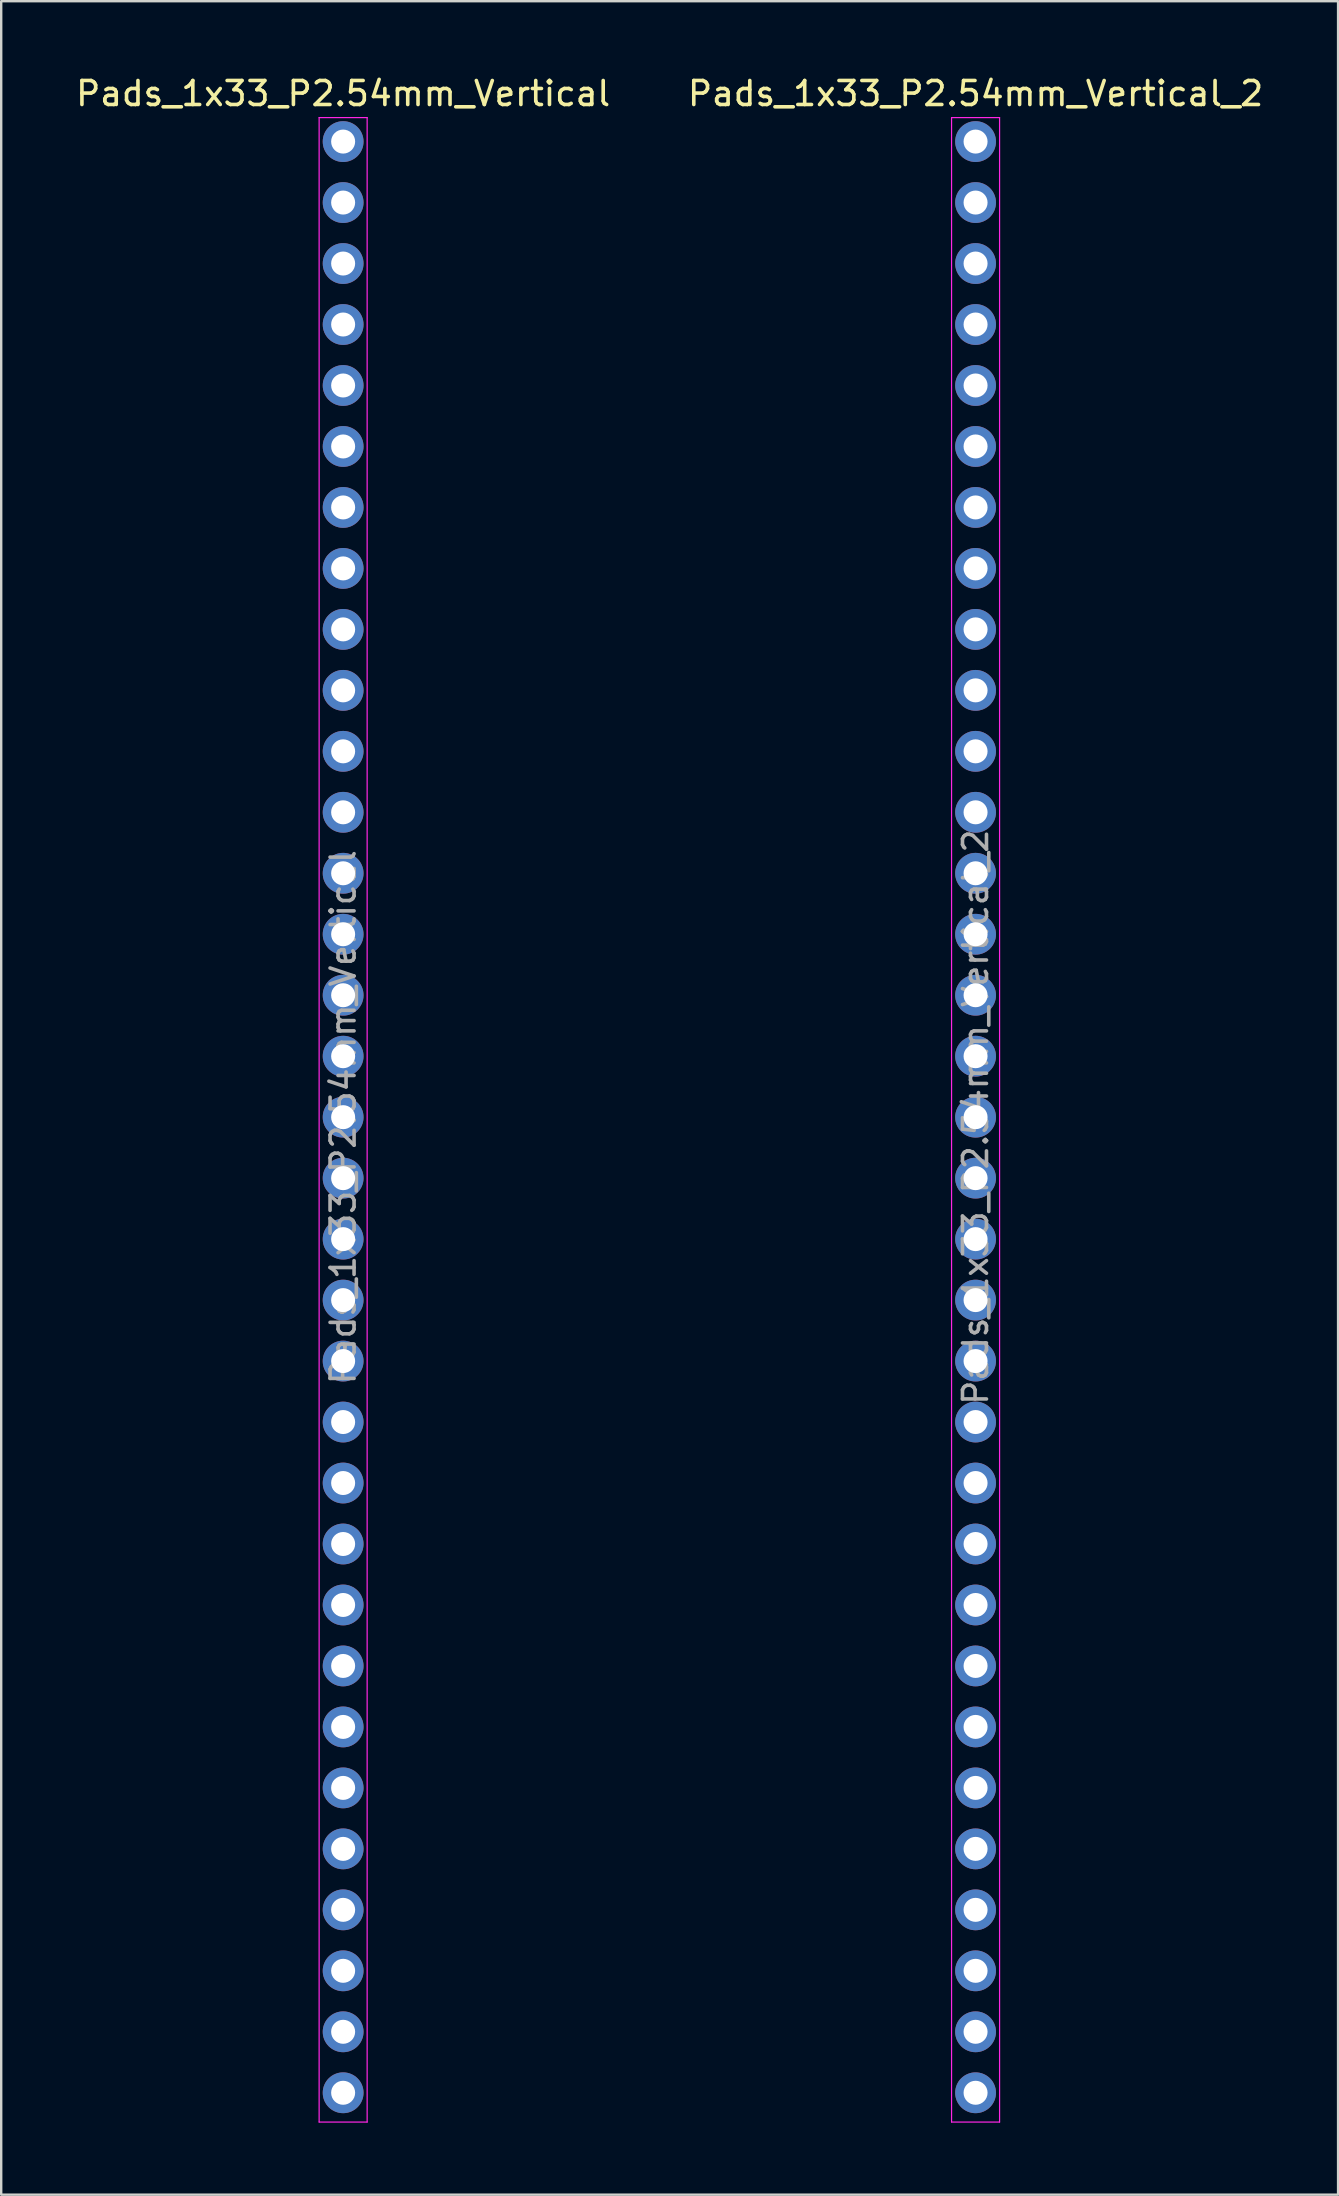
<source format=kicad_pcb>
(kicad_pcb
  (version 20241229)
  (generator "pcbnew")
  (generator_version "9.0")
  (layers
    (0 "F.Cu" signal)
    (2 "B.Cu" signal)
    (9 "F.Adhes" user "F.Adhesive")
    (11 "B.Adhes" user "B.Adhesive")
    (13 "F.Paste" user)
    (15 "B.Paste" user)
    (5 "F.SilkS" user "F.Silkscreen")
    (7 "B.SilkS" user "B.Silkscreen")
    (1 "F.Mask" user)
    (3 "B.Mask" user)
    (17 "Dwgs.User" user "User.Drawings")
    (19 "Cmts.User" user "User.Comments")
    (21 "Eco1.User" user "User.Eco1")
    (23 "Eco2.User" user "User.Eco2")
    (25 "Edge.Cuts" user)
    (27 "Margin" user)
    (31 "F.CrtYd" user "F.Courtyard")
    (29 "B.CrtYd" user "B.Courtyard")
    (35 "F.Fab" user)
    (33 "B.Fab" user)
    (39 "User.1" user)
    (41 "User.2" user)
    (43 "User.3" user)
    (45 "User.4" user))
  (footprint "Pads_1x33_P2.54mm_Vertical"
    (layer "F.Cu")
    (at 11.244 2.848)
    (property "Reference" "Pads_1x33_P2.54mm_Vertical" (at 0 -2 0) (layer "F.SilkS") (effects (font (size 1 1) (thickness 0.15))))
    (attr through_hole exclude_from_bom dnp)
    (fp_line (start -1 -1) (end 1 -1) (stroke (width 0.05) (type solid)) (layer "F.CrtYd"))
    (fp_line (start -1 82.5) (end -1 -1) (stroke (width 0.05) (type solid)) (layer "F.CrtYd"))
    (fp_line (start 1 -1) (end 1 82.5) (stroke (width 0.05) (type solid)) (layer "F.CrtYd"))
    (fp_line (start 1 82.5) (end -1 82.5) (stroke (width 0.05) (type solid)) (layer "F.CrtYd"))
    (fp_text user "${REFERENCE}" (at 0 40.64 270) (layer "F.Fab") (effects (font (size 1 1) (thickness 0.15))))
    (pad "1" thru_hole circle (at 0 0) (size 1.7 1.7) (drill 1) (layers "*.Cu" "*.Mask"))
    (pad "2" thru_hole circle (at 0 2.54) (size 1.7 1.7) (drill 1) (layers "*.Cu" "*.Mask"))
    (pad "3" thru_hole circle (at 0 5.08) (size 1.7 1.7) (drill 1) (layers "*.Cu" "*.Mask"))
    (pad "4" thru_hole circle (at 0 7.62) (size 1.7 1.7) (drill 1) (layers "*.Cu" "*.Mask"))
    (pad "5" thru_hole circle (at 0 10.16) (size 1.7 1.7) (drill 1) (layers "*.Cu" "*.Mask"))
    (pad "6" thru_hole circle (at 0 12.7) (size 1.7 1.7) (drill 1) (layers "*.Cu" "*.Mask"))
    (pad "7" thru_hole circle (at 0 15.24) (size 1.7 1.7) (drill 1) (layers "*.Cu" "*.Mask"))
    (pad "8" thru_hole circle (at 0 17.78) (size 1.7 1.7) (drill 1) (layers "*.Cu" "*.Mask"))
    (pad "9" thru_hole circle (at 0 20.32) (size 1.7 1.7) (drill 1) (layers "*.Cu" "*.Mask"))
    (pad "10" thru_hole circle (at 0 22.86) (size 1.7 1.7) (drill 1) (layers "*.Cu" "*.Mask"))
    (pad "11" thru_hole circle (at 0 25.4) (size 1.7 1.7) (drill 1) (layers "*.Cu" "*.Mask"))
    (pad "12" thru_hole circle (at 0 27.94) (size 1.7 1.7) (drill 1) (layers "*.Cu" "*.Mask"))
    (pad "13" thru_hole circle (at 0 30.48) (size 1.7 1.7) (drill 1) (layers "*.Cu" "*.Mask"))
    (pad "14" thru_hole circle (at 0 33.02) (size 1.7 1.7) (drill 1) (layers "*.Cu" "*.Mask"))
    (pad "15" thru_hole circle (at 0 35.56) (size 1.7 1.7) (drill 1) (layers "*.Cu" "*.Mask"))
    (pad "16" thru_hole circle (at 0 38.1) (size 1.7 1.7) (drill 1) (layers "*.Cu" "*.Mask"))
    (pad "17" thru_hole circle (at 0 40.64) (size 1.7 1.7) (drill 1) (layers "*.Cu" "*.Mask"))
    (pad "18" thru_hole circle (at 0 43.18) (size 1.7 1.7) (drill 1) (layers "*.Cu" "*.Mask"))
    (pad "19" thru_hole circle (at 0 45.72) (size 1.7 1.7) (drill 1) (layers "*.Cu" "*.Mask"))
    (pad "20" thru_hole circle (at 0 48.26) (size 1.7 1.7) (drill 1) (layers "*.Cu" "*.Mask"))
    (pad "21" thru_hole circle (at 0 50.8) (size 1.7 1.7) (drill 1) (layers "*.Cu" "*.Mask"))
    (pad "22" thru_hole circle (at 0 53.34) (size 1.7 1.7) (drill 1) (layers "*.Cu" "*.Mask"))
    (pad "23" thru_hole circle (at 0 55.88) (size 1.7 1.7) (drill 1) (layers "*.Cu" "*.Mask"))
    (pad "24" thru_hole circle (at 0 58.42) (size 1.7 1.7) (drill 1) (layers "*.Cu" "*.Mask"))
    (pad "25" thru_hole circle (at 0 60.96) (size 1.7 1.7) (drill 1) (layers "*.Cu" "*.Mask"))
    (pad "26" thru_hole circle (at 0 63.5) (size 1.7 1.7) (drill 1) (layers "*.Cu" "*.Mask"))
    (pad "27" thru_hole circle (at 0 66.04) (size 1.7 1.7) (drill 1) (layers "*.Cu" "*.Mask"))
    (pad "28" thru_hole circle (at 0 68.58) (size 1.7 1.7) (drill 1) (layers "*.Cu" "*.Mask"))
    (pad "29" thru_hole circle (at 0 71.12) (size 1.7 1.7) (drill 1) (layers "*.Cu" "*.Mask"))
    (pad "30" thru_hole circle (at 0 73.66) (size 1.7 1.7) (drill 1) (layers "*.Cu" "*.Mask"))
    (pad "31" thru_hole circle (at 0 76.2) (size 1.7 1.7) (drill 1) (layers "*.Cu" "*.Mask"))
    (pad "32" thru_hole circle (at 0 78.74) (size 1.7 1.7) (drill 1) (layers "*.Cu" "*.Mask"))
    (pad "33" thru_hole circle (at 0 81.28) (size 1.7 1.7) (drill 1) (layers "*.Cu" "*.Mask")))
  (footprint "Pads_1x33_P2.54mm_Vertical_2"
    (layer "F.Cu")
    (at 37.589 2.848)
    (property "Reference" "Pads_1x33_P2.54mm_Vertical_2" (at 0 -2 0) (layer "F.SilkS") (effects (font (size 1 1) (thickness 0.15))))
    (attr through_hole exclude_from_bom)
    (fp_line (start -1 -1) (end 1 -1) (stroke (width 0.05) (type solid)) (layer "F.CrtYd"))
    (fp_line (start -1 82.5) (end -1 -1) (stroke (width 0.05) (type solid)) (layer "F.CrtYd"))
    (fp_line (start 1 -1) (end 1 82.5) (stroke (width 0.05) (type solid)) (layer "F.CrtYd"))
    (fp_line (start 1 82.5) (end -1 82.5) (stroke (width 0.05) (type solid)) (layer "F.CrtYd"))
    (fp_text user "${REFERENCE}" (at 0 40.64 270) (layer "F.Fab") (effects (font (size 1 1) (thickness 0.15))))
    (pad "32" thru_hole circle (at 0 81.28) (size 1.7 1.7) (drill 1) (layers "*.Cu" "*.Mask"))
    (pad "33" thru_hole circle (at 0 78.74) (size 1.7 1.7) (drill 1) (layers "*.Cu" "*.Mask"))
    (pad "34" thru_hole circle (at 0 76.2) (size 1.7 1.7) (drill 1) (layers "*.Cu" "*.Mask"))
    (pad "35" thru_hole circle (at 0 73.66) (size 1.7 1.7) (drill 1) (layers "*.Cu" "*.Mask"))
    (pad "36" thru_hole circle (at 0 71.12) (size 1.7 1.7) (drill 1) (layers "*.Cu" "*.Mask"))
    (pad "37" thru_hole circle (at 0 68.58) (size 1.7 1.7) (drill 1) (layers "*.Cu" "*.Mask"))
    (pad "38" thru_hole circle (at 0 66.04) (size 1.7 1.7) (drill 1) (layers "*.Cu" "*.Mask"))
    (pad "39" thru_hole circle (at 0 63.5) (size 1.7 1.7) (drill 1) (layers "*.Cu" "*.Mask"))
    (pad "40" thru_hole circle (at 0 60.96) (size 1.7 1.7) (drill 1) (layers "*.Cu" "*.Mask"))
    (pad "41" thru_hole circle (at 0 58.42) (size 1.7 1.7) (drill 1) (layers "*.Cu" "*.Mask"))
    (pad "42" thru_hole circle (at 0 55.88) (size 1.7 1.7) (drill 1) (layers "*.Cu" "*.Mask"))
    (pad "43" thru_hole circle (at 0 53.34) (size 1.7 1.7) (drill 1) (layers "*.Cu" "*.Mask"))
    (pad "44" thru_hole circle (at 0 50.8) (size 1.7 1.7) (drill 1) (layers "*.Cu" "*.Mask"))
    (pad "45" thru_hole circle (at 0 48.26) (size 1.7 1.7) (drill 1) (layers "*.Cu" "*.Mask"))
    (pad "46" thru_hole circle (at 0 45.72) (size 1.7 1.7) (drill 1) (layers "*.Cu" "*.Mask"))
    (pad "47" thru_hole circle (at 0 43.18) (size 1.7 1.7) (drill 1) (layers "*.Cu" "*.Mask"))
    (pad "48" thru_hole circle (at 0 40.64) (size 1.7 1.7) (drill 1) (layers "*.Cu" "*.Mask"))
    (pad "49" thru_hole circle (at 0 38.1) (size 1.7 1.7) (drill 1) (layers "*.Cu" "*.Mask"))
    (pad "50" thru_hole circle (at 0 35.56) (size 1.7 1.7) (drill 1) (layers "*.Cu" "*.Mask"))
    (pad "51" thru_hole circle (at 0 33.02) (size 1.7 1.7) (drill 1) (layers "*.Cu" "*.Mask"))
    (pad "52" thru_hole circle (at 0 30.48) (size 1.7 1.7) (drill 1) (layers "*.Cu" "*.Mask"))
    (pad "53" thru_hole circle (at 0 27.94) (size 1.7 1.7) (drill 1) (layers "*.Cu" "*.Mask"))
    (pad "54" thru_hole circle (at 0 25.4) (size 1.7 1.7) (drill 1) (layers "*.Cu" "*.Mask"))
    (pad "55" thru_hole circle (at 0 22.86) (size 1.7 1.7) (drill 1) (layers "*.Cu" "*.Mask"))
    (pad "56" thru_hole circle (at 0 20.32) (size 1.7 1.7) (drill 1) (layers "*.Cu" "*.Mask"))
    (pad "57" thru_hole circle (at 0 17.78) (size 1.7 1.7) (drill 1) (layers "*.Cu" "*.Mask"))
    (pad "58" thru_hole circle (at 0 15.24) (size 1.7 1.7) (drill 1) (layers "*.Cu" "*.Mask"))
    (pad "59" thru_hole circle (at 0 12.7) (size 1.7 1.7) (drill 1) (layers "*.Cu" "*.Mask"))
    (pad "60" thru_hole circle (at 0 10.16) (size 1.7 1.7) (drill 1) (layers "*.Cu" "*.Mask"))
    (pad "61" thru_hole circle (at 0 7.62) (size 1.7 1.7) (drill 1) (layers "*.Cu" "*.Mask"))
    (pad "62" thru_hole circle (at 0 5.08) (size 1.7 1.7) (drill 1) (layers "*.Cu" "*.Mask"))
    (pad "63" thru_hole circle (at 0 2.54) (size 1.7 1.7) (drill 1) (layers "*.Cu" "*.Mask"))
    (pad "64" thru_hole circle (at 0 0) (size 1.7 1.7) (drill 1) (layers "*.Cu" "*.Mask")))
  (gr_rect
    (start -3 -3)
    (end 52.69 88.373)
    (stroke (width 0.1) (type default))
    (fill no)
    (layer "Edge.Cuts")))
</source>
